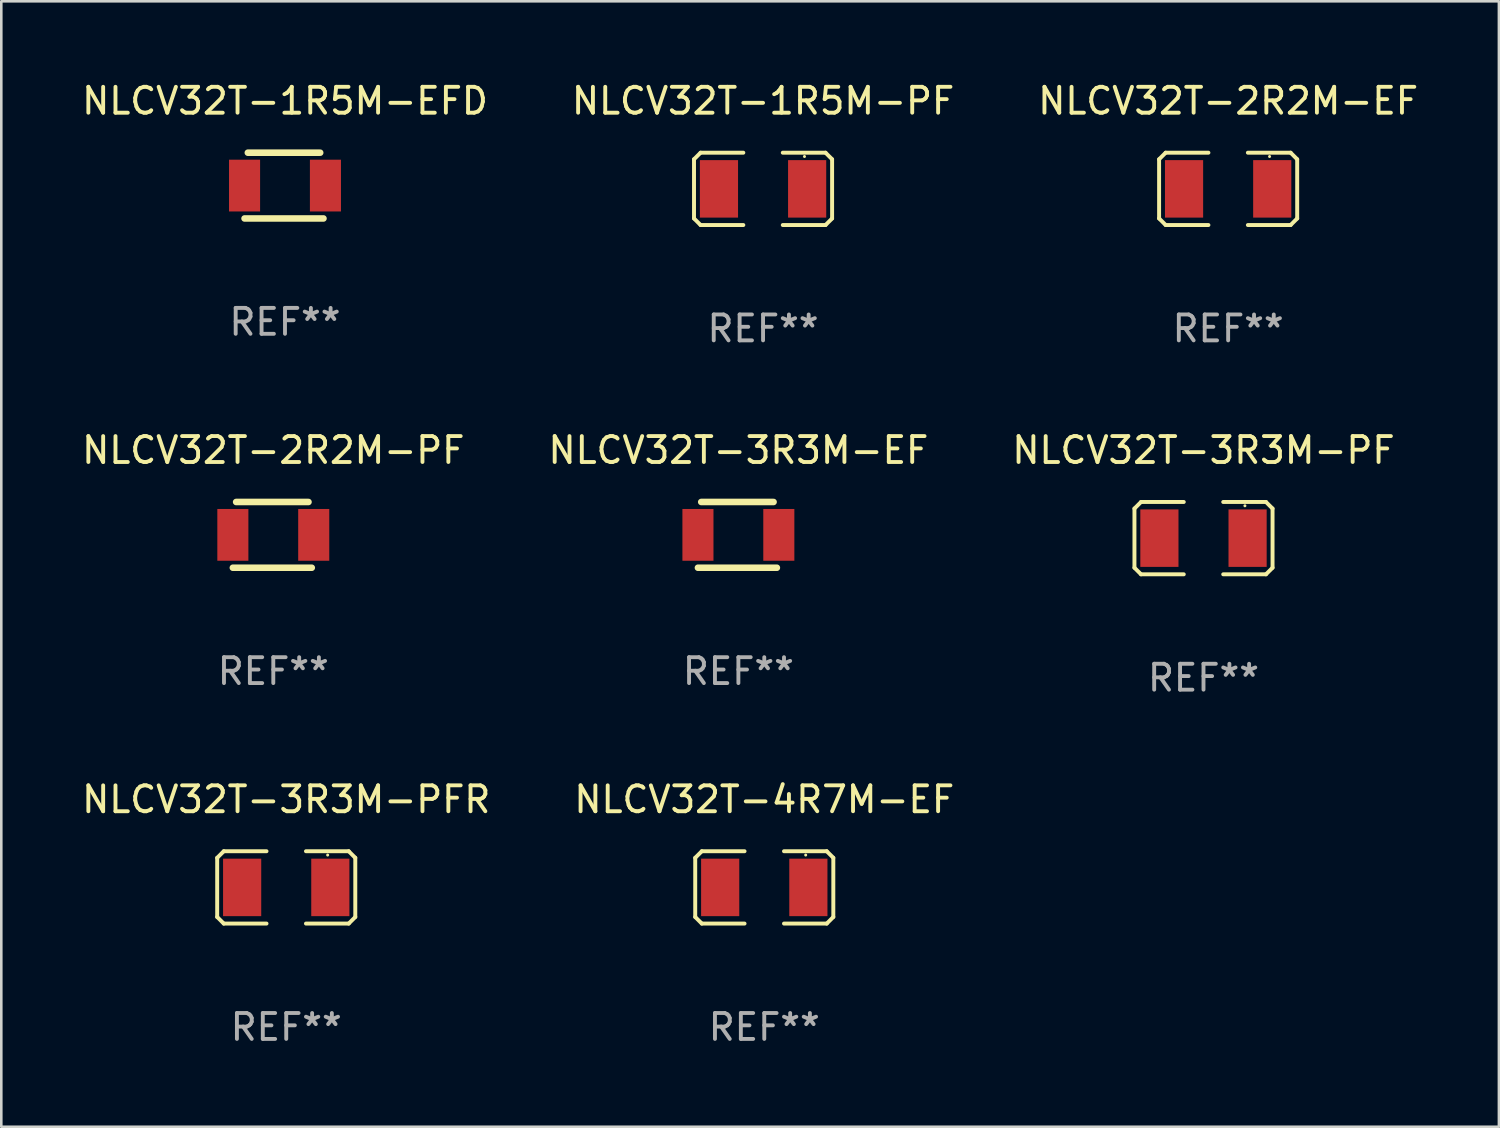
<source format=kicad_pcb>
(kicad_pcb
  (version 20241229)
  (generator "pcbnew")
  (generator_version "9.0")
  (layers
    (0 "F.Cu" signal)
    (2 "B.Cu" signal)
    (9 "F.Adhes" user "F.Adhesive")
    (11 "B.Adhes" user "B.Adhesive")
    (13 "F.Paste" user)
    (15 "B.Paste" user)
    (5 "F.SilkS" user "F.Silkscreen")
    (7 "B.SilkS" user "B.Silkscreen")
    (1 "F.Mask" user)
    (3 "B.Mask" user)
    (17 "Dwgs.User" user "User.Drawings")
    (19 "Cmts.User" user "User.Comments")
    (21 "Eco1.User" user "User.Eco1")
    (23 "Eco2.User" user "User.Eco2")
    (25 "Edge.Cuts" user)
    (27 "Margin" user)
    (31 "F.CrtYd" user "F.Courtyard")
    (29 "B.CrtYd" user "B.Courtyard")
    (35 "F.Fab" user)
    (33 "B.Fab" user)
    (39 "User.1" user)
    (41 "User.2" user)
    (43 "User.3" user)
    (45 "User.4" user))
  (footprint "NLCV32T-2R2M-EF"
    (layer "F.Cu")
    (at 44.387 4.245)
    (property "Reference" "NLCV32T-2R2M-EF" (at 0 -3.397 0) (layer "F.SilkS") (effects (font (size 1 1) (thickness 0.15))))
    (attr through_hole)
    (fp_line (start -2.667 -1.143) (end -2.413 -1.397) (stroke (width 0.152) (type solid)) (layer "F.SilkS"))
    (fp_line (start -2.667 1.143) (end -2.667 -1.143) (stroke (width 0.152) (type solid)) (layer "F.SilkS"))
    (fp_line (start -2.413 -1.397) (end -0.762 -1.397) (stroke (width 0.152) (type solid)) (layer "F.SilkS"))
    (fp_line (start -2.413 1.397) (end -2.667 1.143) (stroke (width 0.152) (type solid)) (layer "F.SilkS"))
    (fp_line (start -0.762 1.397) (end -2.413 1.397) (stroke (width 0.152) (type solid)) (layer "F.SilkS"))
    (fp_line (start 0.762 -1.397) (end 2.413 -1.397) (stroke (width 0.152) (type solid)) (layer "F.SilkS"))
    (fp_line (start 2.413 -1.397) (end 2.667 -1.143) (stroke (width 0.152) (type solid)) (layer "F.SilkS"))
    (fp_line (start 2.413 1.397) (end 0.762 1.397) (stroke (width 0.152) (type solid)) (layer "F.SilkS"))
    (fp_line (start 2.667 -1.143) (end 2.667 1.143) (stroke (width 0.152) (type solid)) (layer "F.SilkS"))
    (fp_line (start 2.667 1.143) (end 2.413 1.397) (stroke (width 0.152) (type solid)) (layer "F.SilkS"))
    (fp_circle (center 1.6 -1.25) (end 1.63 -1.25) (stroke (width 0.06) (type solid)) (fill no) (layer "F.SilkS"))
    (fp_text user "REF**" (at 0 5.397 0) (layer "F.Fab") (effects (font (size 1 1) (thickness 0.15))))
    (pad "1" smd rect (at 1.703 0) (size 1.474 2.22) (layers "F.Cu" "F.Mask" "F.Paste"))
    (pad "2" smd rect (at -1.703 0) (size 1.474 2.22) (layers "F.Cu" "F.Mask" "F.Paste")))
  (footprint "NLCV32T-3R3M-PFR"
    (layer "F.Cu")
    (at 8.006 31.226)
    (property "Reference" "NLCV32T-3R3M-PFR" (at 0 -3.397 0) (layer "F.SilkS") (effects (font (size 1 1) (thickness 0.15))))
    (attr through_hole)
    (fp_line (start -2.667 -1.143) (end -2.413 -1.397) (stroke (width 0.152) (type solid)) (layer "F.SilkS"))
    (fp_line (start -2.667 1.143) (end -2.667 -1.143) (stroke (width 0.152) (type solid)) (layer "F.SilkS"))
    (fp_line (start -2.413 -1.397) (end -0.762 -1.397) (stroke (width 0.152) (type solid)) (layer "F.SilkS"))
    (fp_line (start -2.413 1.397) (end -2.667 1.143) (stroke (width 0.152) (type solid)) (layer "F.SilkS"))
    (fp_line (start -0.762 1.397) (end -2.413 1.397) (stroke (width 0.152) (type solid)) (layer "F.SilkS"))
    (fp_line (start 0.762 -1.397) (end 2.413 -1.397) (stroke (width 0.152) (type solid)) (layer "F.SilkS"))
    (fp_line (start 2.413 -1.397) (end 2.667 -1.143) (stroke (width 0.152) (type solid)) (layer "F.SilkS"))
    (fp_line (start 2.413 1.397) (end 0.762 1.397) (stroke (width 0.152) (type solid)) (layer "F.SilkS"))
    (fp_line (start 2.667 -1.143) (end 2.667 1.143) (stroke (width 0.152) (type solid)) (layer "F.SilkS"))
    (fp_line (start 2.667 1.143) (end 2.413 1.397) (stroke (width 0.152) (type solid)) (layer "F.SilkS"))
    (fp_circle (center 1.6 -1.25) (end 1.63 -1.25) (stroke (width 0.06) (type solid)) (fill no) (layer "F.SilkS"))
    (fp_text user "REF**" (at 0 5.397 0) (layer "F.Fab") (effects (font (size 1 1) (thickness 0.15))))
    (pad "1" smd rect (at 1.703 0) (size 1.474 2.22) (layers "F.Cu" "F.Mask" "F.Paste"))
    (pad "2" smd rect (at -1.703 0) (size 1.474 2.22) (layers "F.Cu" "F.Mask" "F.Paste")))
  (footprint "NLCV32T-3R3M-EF"
    (layer "F.Cu")
    (at 25.47 17.609)
    (property "Reference" "NLCV32T-3R3M-EF" (at 0 -3.27 0) (layer "F.SilkS") (effects (font (size 1 1) (thickness 0.15))))
    (attr through_hole)
    (fp_line (start -1.562 1.27) (end 1.486 1.27) (stroke (width 0.254) (type solid)) (layer "F.SilkS"))
    (fp_line (start -1.435 -1.27) (end 1.359 -1.27) (stroke (width 0.254) (type solid)) (layer "F.SilkS"))
    (fp_circle (center -1.6 1.25) (end -1.57 1.25) (stroke (width 0.06) (type solid)) (fill no) (layer "F.SilkS"))
    (fp_text user "REF**" (at 0 5.27 0) (layer "F.Fab") (effects (font (size 1 1) (thickness 0.15))))
    (pad "1" smd rect (at -1.562 0 180) (size 1.2 2) (layers "F.Cu" "F.Mask" "F.Paste"))
    (pad "2" smd rect (at 1.562 0 180) (size 1.2 2) (layers "F.Cu" "F.Mask" "F.Paste")))
  (footprint "NLCV32T-1R5M-EFD"
    (layer "F.Cu")
    (at 7.958 4.118)
    (property "Reference" "NLCV32T-1R5M-EFD" (at 0 -3.27 0) (layer "F.SilkS") (effects (font (size 1 1) (thickness 0.15))))
    (attr through_hole)
    (fp_line (start -1.562 1.27) (end 1.486 1.27) (stroke (width 0.254) (type solid)) (layer "F.SilkS"))
    (fp_line (start -1.435 -1.27) (end 1.359 -1.27) (stroke (width 0.254) (type solid)) (layer "F.SilkS"))
    (fp_circle (center -1.6 1.25) (end -1.57 1.25) (stroke (width 0.06) (type solid)) (fill no) (layer "F.SilkS"))
    (fp_text user "REF**" (at 0 5.27 0) (layer "F.Fab") (effects (font (size 1 1) (thickness 0.15))))
    (pad "1" smd rect (at -1.562 0 180) (size 1.2 2) (layers "F.Cu" "F.Mask" "F.Paste"))
    (pad "2" smd rect (at 1.562 0 180) (size 1.2 2) (layers "F.Cu" "F.Mask" "F.Paste")))
  (footprint "NLCV32T-4R7M-EF"
    (layer "F.Cu")
    (at 26.47 31.226)
    (property "Reference" "NLCV32T-4R7M-EF" (at 0 -3.397 0) (layer "F.SilkS") (effects (font (size 1 1) (thickness 0.15))))
    (attr through_hole)
    (fp_line (start -2.667 -1.143) (end -2.413 -1.397) (stroke (width 0.152) (type solid)) (layer "F.SilkS"))
    (fp_line (start -2.667 1.143) (end -2.667 -1.143) (stroke (width 0.152) (type solid)) (layer "F.SilkS"))
    (fp_line (start -2.413 -1.397) (end -0.762 -1.397) (stroke (width 0.152) (type solid)) (layer "F.SilkS"))
    (fp_line (start -2.413 1.397) (end -2.667 1.143) (stroke (width 0.152) (type solid)) (layer "F.SilkS"))
    (fp_line (start -0.762 1.397) (end -2.413 1.397) (stroke (width 0.152) (type solid)) (layer "F.SilkS"))
    (fp_line (start 0.762 -1.397) (end 2.413 -1.397) (stroke (width 0.152) (type solid)) (layer "F.SilkS"))
    (fp_line (start 2.413 -1.397) (end 2.667 -1.143) (stroke (width 0.152) (type solid)) (layer "F.SilkS"))
    (fp_line (start 2.413 1.397) (end 0.762 1.397) (stroke (width 0.152) (type solid)) (layer "F.SilkS"))
    (fp_line (start 2.667 -1.143) (end 2.667 1.143) (stroke (width 0.152) (type solid)) (layer "F.SilkS"))
    (fp_line (start 2.667 1.143) (end 2.413 1.397) (stroke (width 0.152) (type solid)) (layer "F.SilkS"))
    (fp_circle (center 1.6 -1.25) (end 1.63 -1.25) (stroke (width 0.06) (type solid)) (fill no) (layer "F.SilkS"))
    (fp_text user "REF**" (at 0 5.397 0) (layer "F.Fab") (effects (font (size 1 1) (thickness 0.15))))
    (pad "1" smd rect (at 1.703 0) (size 1.474 2.22) (layers "F.Cu" "F.Mask" "F.Paste"))
    (pad "2" smd rect (at -1.703 0) (size 1.474 2.22) (layers "F.Cu" "F.Mask" "F.Paste")))
  (footprint "NLCV32T-1R5M-PF"
    (layer "F.Cu")
    (at 26.423 4.245)
    (property "Reference" "NLCV32T-1R5M-PF" (at 0 -3.397 0) (layer "F.SilkS") (effects (font (size 1 1) (thickness 0.15))))
    (attr through_hole)
    (fp_line (start -2.667 -1.143) (end -2.413 -1.397) (stroke (width 0.152) (type solid)) (layer "F.SilkS"))
    (fp_line (start -2.667 1.143) (end -2.667 -1.143) (stroke (width 0.152) (type solid)) (layer "F.SilkS"))
    (fp_line (start -2.413 -1.397) (end -0.762 -1.397) (stroke (width 0.152) (type solid)) (layer "F.SilkS"))
    (fp_line (start -2.413 1.397) (end -2.667 1.143) (stroke (width 0.152) (type solid)) (layer "F.SilkS"))
    (fp_line (start -0.762 1.397) (end -2.413 1.397) (stroke (width 0.152) (type solid)) (layer "F.SilkS"))
    (fp_line (start 0.762 -1.397) (end 2.413 -1.397) (stroke (width 0.152) (type solid)) (layer "F.SilkS"))
    (fp_line (start 2.413 -1.397) (end 2.667 -1.143) (stroke (width 0.152) (type solid)) (layer "F.SilkS"))
    (fp_line (start 2.413 1.397) (end 0.762 1.397) (stroke (width 0.152) (type solid)) (layer "F.SilkS"))
    (fp_line (start 2.667 -1.143) (end 2.667 1.143) (stroke (width 0.152) (type solid)) (layer "F.SilkS"))
    (fp_line (start 2.667 1.143) (end 2.413 1.397) (stroke (width 0.152) (type solid)) (layer "F.SilkS"))
    (fp_circle (center 1.6 -1.25) (end 1.63 -1.25) (stroke (width 0.06) (type solid)) (fill no) (layer "F.SilkS"))
    (fp_text user "REF**" (at 0 5.397 0) (layer "F.Fab") (effects (font (size 1 1) (thickness 0.15))))
    (pad "1" smd rect (at 1.703 0) (size 1.474 2.22) (layers "F.Cu" "F.Mask" "F.Paste"))
    (pad "2" smd rect (at -1.703 0) (size 1.474 2.22) (layers "F.Cu" "F.Mask" "F.Paste")))
  (footprint "NLCV32T-2R2M-PF"
    (layer "F.Cu")
    (at 7.506 17.609)
    (property "Reference" "NLCV32T-2R2M-PF" (at 0 -3.27 0) (layer "F.SilkS") (effects (font (size 1 1) (thickness 0.15))))
    (attr through_hole)
    (fp_line (start -1.562 1.27) (end 1.486 1.27) (stroke (width 0.254) (type solid)) (layer "F.SilkS"))
    (fp_line (start -1.435 -1.27) (end 1.359 -1.27) (stroke (width 0.254) (type solid)) (layer "F.SilkS"))
    (fp_circle (center -1.6 1.25) (end -1.57 1.25) (stroke (width 0.06) (type solid)) (fill no) (layer "F.SilkS"))
    (fp_text user "REF**" (at 0 5.27 0) (layer "F.Fab") (effects (font (size 1 1) (thickness 0.15))))
    (pad "1" smd rect (at -1.562 0 180) (size 1.2 2) (layers "F.Cu" "F.Mask" "F.Paste"))
    (pad "2" smd rect (at 1.562 0 180) (size 1.2 2) (layers "F.Cu" "F.Mask" "F.Paste")))
  (footprint "NLCV32T-3R3M-PF"
    (layer "F.Cu")
    (at 43.435 17.736)
    (property "Reference" "NLCV32T-3R3M-PF" (at 0 -3.397 0) (layer "F.SilkS") (effects (font (size 1 1) (thickness 0.15))))
    (attr through_hole)
    (fp_line (start -2.667 -1.143) (end -2.413 -1.397) (stroke (width 0.152) (type solid)) (layer "F.SilkS"))
    (fp_line (start -2.667 1.143) (end -2.667 -1.143) (stroke (width 0.152) (type solid)) (layer "F.SilkS"))
    (fp_line (start -2.413 -1.397) (end -0.762 -1.397) (stroke (width 0.152) (type solid)) (layer "F.SilkS"))
    (fp_line (start -2.413 1.397) (end -2.667 1.143) (stroke (width 0.152) (type solid)) (layer "F.SilkS"))
    (fp_line (start -0.762 1.397) (end -2.413 1.397) (stroke (width 0.152) (type solid)) (layer "F.SilkS"))
    (fp_line (start 0.762 -1.397) (end 2.413 -1.397) (stroke (width 0.152) (type solid)) (layer "F.SilkS"))
    (fp_line (start 2.413 -1.397) (end 2.667 -1.143) (stroke (width 0.152) (type solid)) (layer "F.SilkS"))
    (fp_line (start 2.413 1.397) (end 0.762 1.397) (stroke (width 0.152) (type solid)) (layer "F.SilkS"))
    (fp_line (start 2.667 -1.143) (end 2.667 1.143) (stroke (width 0.152) (type solid)) (layer "F.SilkS"))
    (fp_line (start 2.667 1.143) (end 2.413 1.397) (stroke (width 0.152) (type solid)) (layer "F.SilkS"))
    (fp_circle (center 1.6 -1.25) (end 1.63 -1.25) (stroke (width 0.06) (type solid)) (fill no) (layer "F.SilkS"))
    (fp_text user "REF**" (at 0 5.397 0) (layer "F.Fab") (effects (font (size 1 1) (thickness 0.15))))
    (pad "1" smd rect (at 1.703 0) (size 1.474 2.22) (layers "F.Cu" "F.Mask" "F.Paste"))
    (pad "2" smd rect (at -1.703 0) (size 1.474 2.22) (layers "F.Cu" "F.Mask" "F.Paste")))
  (gr_rect
    (start -3 -3)
    (end 54.845 40.472)
    (stroke (width 0.1) (type default))
    (fill no)
    (layer "Edge.Cuts")))
</source>
